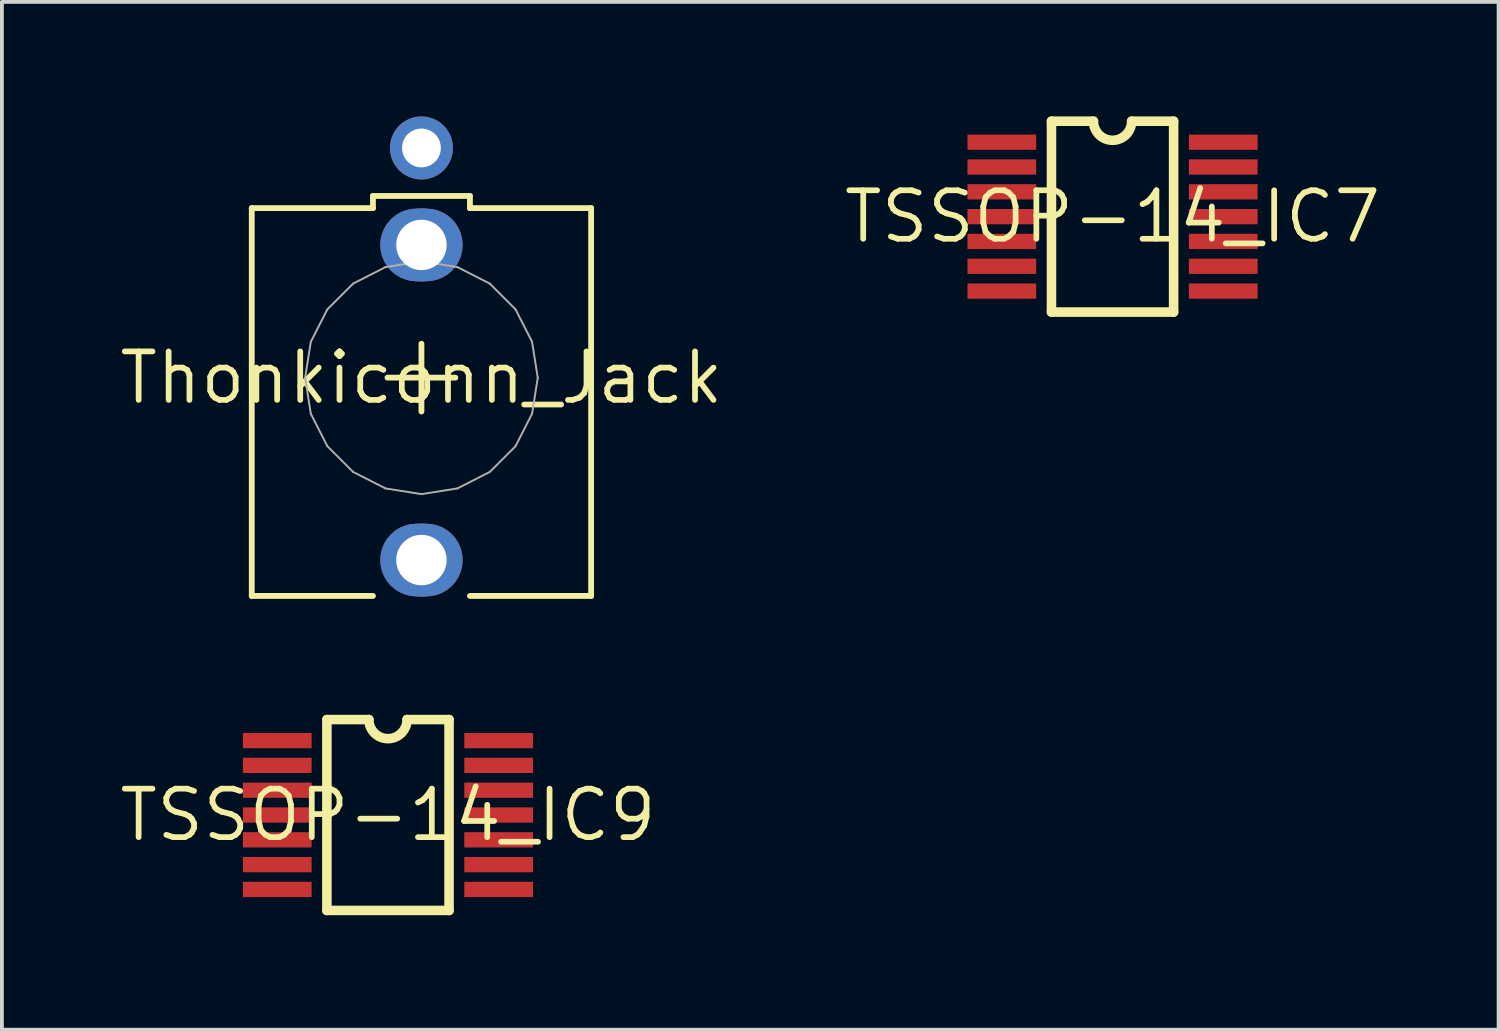
<source format=kicad_pcb>
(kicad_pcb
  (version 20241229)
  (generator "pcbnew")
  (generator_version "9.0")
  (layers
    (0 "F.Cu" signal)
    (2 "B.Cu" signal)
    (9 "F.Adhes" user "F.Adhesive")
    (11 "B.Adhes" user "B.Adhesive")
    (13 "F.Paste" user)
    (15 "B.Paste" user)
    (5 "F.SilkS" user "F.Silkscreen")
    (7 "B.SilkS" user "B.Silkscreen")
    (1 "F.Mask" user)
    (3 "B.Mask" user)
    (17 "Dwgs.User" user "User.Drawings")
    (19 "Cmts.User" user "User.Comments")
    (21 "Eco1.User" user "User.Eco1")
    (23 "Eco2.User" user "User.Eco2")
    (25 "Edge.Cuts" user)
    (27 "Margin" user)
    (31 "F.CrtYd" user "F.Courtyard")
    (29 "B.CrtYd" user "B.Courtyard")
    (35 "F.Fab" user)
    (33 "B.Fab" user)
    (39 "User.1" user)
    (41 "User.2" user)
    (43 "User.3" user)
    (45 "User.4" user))
  (footprint "TSSOP-14_IC7"
    (layer "F.Cu")
    (at 26.094 2.625)
    (property "Reference" "TSSOP-14_IC7" (at 0 0 0) (layer "F.SilkS") (effects (font (size 1.27 1.27) (thickness 0.15))))
    (fp_line (start -1.6 -2.5) (end -1.6 2.5) (stroke (width 0.25) (type solid)) (layer "F.SilkS"))
    (fp_line (start -1.6 -2.5) (end -0.5 -2.5) (stroke (width 0.25) (type solid)) (layer "F.SilkS"))
    (fp_line (start -1.6 2.5) (end 1.6 2.5) (stroke (width 0.25) (type solid)) (layer "F.SilkS"))
    (fp_line (start 0.5 -2.5) (end 1.6 -2.5) (stroke (width 0.25) (type solid)) (layer "F.SilkS"))
    (fp_line (start 1.6 -2.5) (end 1.6 2.5) (stroke (width 0.25) (type solid)) (layer "F.SilkS"))
    (fp_arc (start 0.5 -2.499999) (mid 0 -2.000076) (end -0.5 -2.5) (stroke (width 0.25) (type solid)) (layer "F.SilkS"))
    (pad "1" smd rect (at -2.9 -1.95 90) (size 0.4 1.8) (layers "F.Cu" "F.Mask" "F.Paste"))
    (pad "2" smd rect (at -2.9 -1.3 90) (size 0.4 1.8) (layers "F.Cu" "F.Mask" "F.Paste"))
    (pad "3" smd rect (at -2.9 -0.65 90) (size 0.4 1.8) (layers "F.Cu" "F.Mask" "F.Paste"))
    (pad "4" smd rect (at -2.9 0 90) (size 0.4 1.8) (layers "F.Cu" "F.Mask" "F.Paste"))
    (pad "5" smd rect (at -2.9 0.65 90) (size 0.4 1.8) (layers "F.Cu" "F.Mask" "F.Paste"))
    (pad "6" smd rect (at -2.9 1.3 90) (size 0.4 1.8) (layers "F.Cu" "F.Mask" "F.Paste"))
    (pad "7" smd rect (at -2.9 1.95 90) (size 0.4 1.8) (layers "F.Cu" "F.Mask" "F.Paste"))
    (pad "8" smd rect (at 2.9 1.95 90) (size 0.4 1.8) (layers "F.Cu" "F.Mask" "F.Paste"))
    (pad "9" smd rect (at 2.9 1.3 90) (size 0.4 1.8) (layers "F.Cu" "F.Mask" "F.Paste"))
    (pad "10" smd rect (at 2.9 0.65 90) (size 0.4 1.8) (layers "F.Cu" "F.Mask" "F.Paste"))
    (pad "11" smd rect (at 2.9 0 90) (size 0.4 1.8) (layers "F.Cu" "F.Mask" "F.Paste"))
    (pad "12" smd rect (at 2.9 -0.65 90) (size 0.4 1.8) (layers "F.Cu" "F.Mask" "F.Paste"))
    (pad "13" smd rect (at 2.9 -1.3 90) (size 0.4 1.8) (layers "F.Cu" "F.Mask" "F.Paste"))
    (pad "14" smd rect (at 2.9 -1.95 90) (size 0.4 1.8) (layers "F.Cu" "F.Mask" "F.Paste")))
  (footprint "Thonkiconn_Jack"
    (layer "F.Cu")
    (at 7.99 6.846)
    (property "Reference" "Thonkiconn_Jack" (at 0 0 0) (layer "F.SilkS") (effects (font (size 1.27 1.27) (thickness 0.15))))
    (fp_poly (pts (xy 0.276 -4.421) (xy 0.421 -4.386) (xy 0.559 -4.329) (xy 0.687 -4.251) (xy 0.801 -4.154) (xy 0.898 -4.04) (xy 0.976 -3.912) (xy 1.033 -3.774) (xy 1.068 -3.629) (xy 1.079 -3.48) (xy 1.068 -3.331) (xy 1.033 -3.186) (xy 0.976 -3.048) (xy 0.898 -2.92) (xy 0.801 -2.806) (xy 0.687 -2.709) (xy 0.559 -2.631) (xy 0.421 -2.574) (xy 0.276 -2.539) (xy 0.127 -2.527) (xy -0.127 -2.527) (xy -0.276 -2.539) (xy -0.421 -2.574) (xy -0.559 -2.631) (xy -0.687 -2.709) (xy -0.801 -2.806) (xy -0.898 -2.92) (xy -0.976 -3.048) (xy -1.033 -3.186) (xy -1.068 -3.331) (xy -1.079 -3.48) (xy -1.068 -3.629) (xy -1.033 -3.774) (xy -0.976 -3.912) (xy -0.898 -4.04) (xy -0.801 -4.154) (xy -0.687 -4.251) (xy -0.559 -4.329) (xy -0.421 -4.386) (xy -0.276 -4.421) (xy -0.127 -4.432) (xy 0.127 -4.432)) (stroke (width 0) (type default)) (fill yes) (layer "F.Cu"))
    (fp_poly (pts (xy 0.276 3.834) (xy 0.421 3.869) (xy 0.559 3.926) (xy 0.687 4.004) (xy 0.801 4.101) (xy 0.898 4.215) (xy 0.976 4.343) (xy 1.033 4.481) (xy 1.068 4.626) (xy 1.079 4.775) (xy 1.068 4.924) (xy 1.033 5.069) (xy 0.976 5.207) (xy 0.898 5.335) (xy 0.801 5.449) (xy 0.687 5.546) (xy 0.559 5.624) (xy 0.421 5.681) (xy 0.276 5.716) (xy 0.127 5.728) (xy -0.127 5.728) (xy -0.276 5.716) (xy -0.421 5.681) (xy -0.559 5.624) (xy -0.687 5.546) (xy -0.801 5.449) (xy -0.898 5.335) (xy -0.976 5.207) (xy -1.033 5.069) (xy -1.068 4.924) (xy -1.079 4.775) (xy -1.068 4.626) (xy -1.033 4.481) (xy -0.976 4.343) (xy -0.898 4.215) (xy -0.801 4.101) (xy -0.687 4.004) (xy -0.559 3.926) (xy -0.421 3.869) (xy -0.276 3.834) (xy -0.127 3.823) (xy 0.127 3.823)) (stroke (width 0) (type default)) (fill yes) (layer "F.Cu"))
    (fp_poly (pts (xy 0.292 -4.522) (xy 0.453 -4.483) (xy 0.606 -4.42) (xy 0.748 -4.334) (xy 0.873 -4.226) (xy 0.981 -4.1) (xy 1.067 -3.958) (xy 1.131 -3.806) (xy 1.169 -3.645) (xy 1.182 -3.48) (xy 1.169 -3.315) (xy 1.131 -3.154) (xy 1.067 -3.001) (xy 0.981 -2.859) (xy 0.873 -2.733) (xy 0.748 -2.626) (xy 0.606 -2.54) (xy 0.453 -2.476) (xy 0.292 -2.438) (xy 0.127 -2.425) (xy -0.127 -2.425) (xy -0.292 -2.438) (xy -0.453 -2.476) (xy -0.606 -2.54) (xy -0.748 -2.626) (xy -0.873 -2.733) (xy -0.981 -2.859) (xy -1.067 -3.001) (xy -1.131 -3.154) (xy -1.169 -3.315) (xy -1.182 -3.48) (xy -1.169 -3.645) (xy -1.131 -3.806) (xy -1.067 -3.958) (xy -0.981 -4.1) (xy -0.873 -4.226) (xy -0.748 -4.334) (xy -0.606 -4.42) (xy -0.453 -4.483) (xy -0.292 -4.522) (xy -0.127 -4.535) (xy 0.127 -4.535)) (stroke (width 0) (type default)) (fill yes) (layer "F.Mask"))
    (fp_poly (pts (xy 0.292 3.733) (xy 0.453 3.772) (xy 0.606 3.835) (xy 0.748 3.921) (xy 0.873 4.029) (xy 0.981 4.155) (xy 1.067 4.297) (xy 1.131 4.449) (xy 1.169 4.61) (xy 1.182 4.775) (xy 1.169 4.94) (xy 1.131 5.101) (xy 1.067 5.254) (xy 0.981 5.396) (xy 0.873 5.522) (xy 0.748 5.629) (xy 0.606 5.715) (xy 0.453 5.779) (xy 0.292 5.817) (xy 0.127 5.83) (xy -0.127 5.83) (xy -0.292 5.817) (xy -0.453 5.779) (xy -0.606 5.715) (xy -0.748 5.629) (xy -0.873 5.522) (xy -0.981 5.396) (xy -1.067 5.254) (xy -1.131 5.101) (xy -1.169 4.94) (xy -1.182 4.775) (xy -1.169 4.61) (xy -1.131 4.449) (xy -1.067 4.297) (xy -0.981 4.155) (xy -0.873 4.029) (xy -0.748 3.921) (xy -0.606 3.835) (xy -0.453 3.772) (xy -0.292 3.733) (xy -0.127 3.72) (xy 0.127 3.72)) (stroke (width 0) (type default)) (fill yes) (layer "F.Mask"))
    (fp_poly (pts (xy 0.276 -4.421) (xy 0.421 -4.386) (xy 0.559 -4.329) (xy 0.687 -4.251) (xy 0.801 -4.154) (xy 0.898 -4.04) (xy 0.976 -3.912) (xy 1.033 -3.774) (xy 1.068 -3.629) (xy 1.079 -3.48) (xy 1.068 -3.331) (xy 1.033 -3.186) (xy 0.976 -3.048) (xy 0.898 -2.92) (xy 0.801 -2.806) (xy 0.687 -2.709) (xy 0.559 -2.631) (xy 0.421 -2.574) (xy 0.276 -2.539) (xy 0.127 -2.527) (xy -0.127 -2.527) (xy -0.276 -2.539) (xy -0.421 -2.574) (xy -0.559 -2.631) (xy -0.687 -2.709) (xy -0.801 -2.806) (xy -0.898 -2.92) (xy -0.976 -3.048) (xy -1.033 -3.186) (xy -1.068 -3.331) (xy -1.079 -3.48) (xy -1.068 -3.629) (xy -1.033 -3.774) (xy -0.976 -3.912) (xy -0.898 -4.04) (xy -0.801 -4.154) (xy -0.687 -4.251) (xy -0.559 -4.329) (xy -0.421 -4.386) (xy -0.276 -4.421) (xy -0.127 -4.432) (xy 0.127 -4.432)) (stroke (width 0) (type default)) (fill yes) (layer "B.Cu"))
    (fp_poly (pts (xy 0.276 3.834) (xy 0.421 3.869) (xy 0.559 3.926) (xy 0.687 4.004) (xy 0.801 4.101) (xy 0.898 4.215) (xy 0.976 4.343) (xy 1.033 4.481) (xy 1.068 4.626) (xy 1.079 4.775) (xy 1.068 4.924) (xy 1.033 5.069) (xy 0.976 5.207) (xy 0.898 5.335) (xy 0.801 5.449) (xy 0.687 5.546) (xy 0.559 5.624) (xy 0.421 5.681) (xy 0.276 5.716) (xy 0.127 5.728) (xy -0.127 5.728) (xy -0.276 5.716) (xy -0.421 5.681) (xy -0.559 5.624) (xy -0.687 5.546) (xy -0.801 5.449) (xy -0.898 5.335) (xy -0.976 5.207) (xy -1.033 5.069) (xy -1.068 4.924) (xy -1.079 4.775) (xy -1.068 4.626) (xy -1.033 4.481) (xy -0.976 4.343) (xy -0.898 4.215) (xy -0.801 4.101) (xy -0.687 4.004) (xy -0.559 3.926) (xy -0.421 3.869) (xy -0.276 3.834) (xy -0.127 3.823) (xy 0.127 3.823)) (stroke (width 0) (type default)) (fill yes) (layer "B.Cu"))
    (fp_poly (pts (xy 0.292 -4.522) (xy 0.453 -4.483) (xy 0.606 -4.42) (xy 0.748 -4.334) (xy 0.873 -4.226) (xy 0.981 -4.1) (xy 1.067 -3.958) (xy 1.131 -3.806) (xy 1.169 -3.645) (xy 1.182 -3.48) (xy 1.169 -3.315) (xy 1.131 -3.154) (xy 1.067 -3.001) (xy 0.981 -2.859) (xy 0.873 -2.733) (xy 0.748 -2.626) (xy 0.606 -2.54) (xy 0.453 -2.476) (xy 0.292 -2.438) (xy 0.127 -2.425) (xy -0.127 -2.425) (xy -0.292 -2.438) (xy -0.453 -2.476) (xy -0.606 -2.54) (xy -0.748 -2.626) (xy -0.873 -2.733) (xy -0.981 -2.859) (xy -1.067 -3.001) (xy -1.131 -3.154) (xy -1.169 -3.315) (xy -1.182 -3.48) (xy -1.169 -3.645) (xy -1.131 -3.806) (xy -1.067 -3.958) (xy -0.981 -4.1) (xy -0.873 -4.226) (xy -0.748 -4.334) (xy -0.606 -4.42) (xy -0.453 -4.483) (xy -0.292 -4.522) (xy -0.127 -4.535) (xy 0.127 -4.535)) (stroke (width 0) (type default)) (fill yes) (layer "B.Mask"))
    (fp_poly (pts (xy 0.292 3.733) (xy 0.453 3.772) (xy 0.606 3.835) (xy 0.748 3.921) (xy 0.873 4.029) (xy 0.981 4.155) (xy 1.067 4.297) (xy 1.131 4.449) (xy 1.169 4.61) (xy 1.182 4.775) (xy 1.169 4.94) (xy 1.131 5.101) (xy 1.067 5.254) (xy 0.981 5.396) (xy 0.873 5.522) (xy 0.748 5.629) (xy 0.606 5.715) (xy 0.453 5.779) (xy 0.292 5.817) (xy 0.127 5.83) (xy -0.127 5.83) (xy -0.292 5.817) (xy -0.453 5.779) (xy -0.606 5.715) (xy -0.748 5.629) (xy -0.873 5.522) (xy -0.981 5.396) (xy -1.067 5.254) (xy -1.131 5.101) (xy -1.169 4.94) (xy -1.182 4.775) (xy -1.169 4.61) (xy -1.131 4.449) (xy -1.067 4.297) (xy -0.981 4.155) (xy -0.873 4.029) (xy -0.748 3.921) (xy -0.606 3.835) (xy -0.453 3.772) (xy -0.292 3.733) (xy -0.127 3.72) (xy 0.127 3.72)) (stroke (width 0) (type default)) (fill yes) (layer "B.Mask"))
    (fp_line (start -4.445 -4.445) (end -4.445 5.715) (stroke (width 0.152) (type solid)) (layer "F.SilkS"))
    (fp_line (start -1.27 -4.762) (end 1.27 -4.762) (stroke (width 0.152) (type solid)) (layer "F.SilkS"))
    (fp_line (start -1.27 -4.445) (end -4.445 -4.445) (stroke (width 0.152) (type solid)) (layer "F.SilkS"))
    (fp_line (start -1.27 -4.445) (end -1.27 -4.762) (stroke (width 0.152) (type solid)) (layer "F.SilkS"))
    (fp_line (start -1.27 5.715) (end -4.445 5.715) (stroke (width 0.152) (type solid)) (layer "F.SilkS"))
    (fp_line (start -0.89 -0.003) (end 0.889 -0.003) (stroke (width 0.152) (type solid)) (layer "F.SilkS"))
    (fp_line (start 0 0.885) (end 0 -0.892) (stroke (width 0.152) (type solid)) (layer "F.SilkS"))
    (fp_line (start 1.27 -4.762) (end 1.27 -4.445) (stroke (width 0.152) (type solid)) (layer "F.SilkS"))
    (fp_line (start 1.27 -4.445) (end 4.445 -4.445) (stroke (width 0.152) (type solid)) (layer "F.SilkS"))
    (fp_line (start 1.27 5.715) (end 4.445 5.715) (stroke (width 0.152) (type solid)) (layer "F.SilkS"))
    (fp_line (start 4.445 5.715) (end 4.445 -4.445) (stroke (width 0.152) (type solid)) (layer "F.SilkS"))
    (fp_line (start -3.047 0) (end -2.898 0.942) (stroke (width 0.051) (type solid)) (layer "F.Fab"))
    (fp_line (start -2.898 -0.942) (end -3.047 0) (stroke (width 0.051) (type solid)) (layer "F.Fab"))
    (fp_line (start -2.898 0.942) (end -2.465 1.792) (stroke (width 0.051) (type solid)) (layer "F.Fab"))
    (fp_line (start -2.465 -1.792) (end -2.898 -0.942) (stroke (width 0.051) (type solid)) (layer "F.Fab"))
    (fp_line (start -2.465 1.792) (end -1.791 2.466) (stroke (width 0.051) (type solid)) (layer "F.Fab"))
    (fp_line (start -1.791 -2.466) (end -2.465 -1.792) (stroke (width 0.051) (type solid)) (layer "F.Fab"))
    (fp_line (start -1.791 2.466) (end -0.942 2.899) (stroke (width 0.051) (type solid)) (layer "F.Fab"))
    (fp_line (start -0.942 -2.899) (end -1.791 -2.466) (stroke (width 0.051) (type solid)) (layer "F.Fab"))
    (fp_line (start -0.942 2.899) (end 0 3.048) (stroke (width 0.051) (type solid)) (layer "F.Fab"))
    (fp_line (start 0 -3.048) (end -0.942 -2.899) (stroke (width 0.051) (type solid)) (layer "F.Fab"))
    (fp_line (start 0 3.048) (end 0.942 2.899) (stroke (width 0.051) (type solid)) (layer "F.Fab"))
    (fp_line (start 0.942 -2.899) (end 0 -3.048) (stroke (width 0.051) (type solid)) (layer "F.Fab"))
    (fp_line (start 0.942 2.899) (end 1.791 2.466) (stroke (width 0.051) (type solid)) (layer "F.Fab"))
    (fp_line (start 1.791 -2.466) (end 0.942 -2.899) (stroke (width 0.051) (type solid)) (layer "F.Fab"))
    (fp_line (start 1.791 2.466) (end 2.465 1.792) (stroke (width 0.051) (type solid)) (layer "F.Fab"))
    (fp_line (start 2.465 -1.792) (end 1.791 -2.466) (stroke (width 0.051) (type solid)) (layer "F.Fab"))
    (fp_line (start 2.465 1.792) (end 2.898 0.942) (stroke (width 0.051) (type solid)) (layer "F.Fab"))
    (fp_line (start 2.898 -0.942) (end 2.465 -1.792) (stroke (width 0.051) (type solid)) (layer "F.Fab"))
    (fp_line (start 2.898 0.942) (end 3.047 0) (stroke (width 0.051) (type solid)) (layer "F.Fab"))
    (fp_line (start 3.047 0) (end 2.898 -0.942) (stroke (width 0.051) (type solid)) (layer "F.Fab"))
    (pad "1" thru_hole circle (at 0 -3.48) (size 1.905 1.905) (drill 1.321) (layers "*.Cu"))
    (pad "2" thru_hole circle (at 0 4.775) (size 1.905 1.905) (drill 1.321) (layers "*.Cu"))
    (pad "3" thru_hole circle (at 0 -6.02) (size 1.651 1.651) (drill 1.016) (layers "*.Cu" "*.Mask"))
    (zone (net_name "") (layer "F.Cu") (hatch edge 0.5) (connect_pads) (min_thickness 0.25) (filled_areas_thickness no) (keepout (tracks not_allowed) (vias not_allowed) (pads not_allowed) (copperpour not_allowed) (footprints allowed)) (placement (enabled no)) (fill) (polygon (pts (xy 9.232 6.845) (xy 9.212 6.623) (xy 9.153 6.408) (xy 9.056 6.207) (xy 8.925 6.027) (xy 8.765 5.873) (xy 8.579 5.751) (xy 8.374 5.663) (xy 8.157 5.614) (xy 7.934 5.604) (xy 7.714 5.634) (xy 7.502 5.702) (xy 7.306 5.808) (xy 7.132 5.947) (xy 6.985 6.114) (xy 6.871 6.306) (xy 6.793 6.514) (xy 6.753 6.733) (xy 6.753 6.956) (xy 6.793 7.175) (xy 6.871 7.383) (xy 6.985 7.575) (xy 7.132 7.742) (xy 7.306 7.881) (xy 7.502 7.987) (xy 7.714 8.055) (xy 7.934 8.085) (xy 8.157 8.075) (xy 8.374 8.026) (xy 8.579 7.938) (xy 8.765 7.816) (xy 8.925 7.662) (xy 9.056 7.482) (xy 9.153 7.281) (xy 9.212 7.066))) (polygon (pts (xy 8.982 6.845) (xy 8.962 6.645) (xy 8.902 6.453) (xy 8.804 6.278) (xy 8.674 6.126) (xy 8.515 6.003) (xy 8.335 5.914) (xy 8.14 5.864) (xy 7.94 5.854) (xy 7.741 5.884) (xy 7.553 5.954) (xy 7.383 6.06) (xy 7.237 6.198) (xy 7.123 6.363) (xy 7.044 6.548) (xy 7.003 6.744) (xy 7.003 6.945) (xy 7.044 7.141) (xy 7.123 7.326) (xy 7.237 7.491) (xy 7.383 7.629) (xy 7.553 7.735) (xy 7.741 7.805) (xy 7.94 7.835) (xy 8.14 7.825) (xy 8.335 7.775) (xy 8.515 7.686) (xy 8.674 7.563) (xy 8.804 7.411) (xy 8.902 7.236) (xy 8.962 7.044)))))
  (footprint "TSSOP-14_IC9"
    (layer "F.Cu")
    (at 7.113 18.3)
    (property "Reference" "TSSOP-14_IC9" (at 0 0 0) (layer "F.SilkS") (effects (font (size 1.27 1.27) (thickness 0.15))))
    (fp_line (start -1.6 -2.5) (end -1.6 2.5) (stroke (width 0.25) (type solid)) (layer "F.SilkS"))
    (fp_line (start -1.6 -2.5) (end -0.5 -2.5) (stroke (width 0.25) (type solid)) (layer "F.SilkS"))
    (fp_line (start -1.6 2.5) (end 1.6 2.5) (stroke (width 0.25) (type solid)) (layer "F.SilkS"))
    (fp_line (start 0.5 -2.5) (end 1.6 -2.5) (stroke (width 0.25) (type solid)) (layer "F.SilkS"))
    (fp_line (start 1.6 -2.5) (end 1.6 2.5) (stroke (width 0.25) (type solid)) (layer "F.SilkS"))
    (fp_arc (start 0.5 -2.499999) (mid 0 -2.000076) (end -0.5 -2.5) (stroke (width 0.25) (type solid)) (layer "F.SilkS"))
    (pad "1" smd rect (at -2.9 -1.95 90) (size 0.4 1.8) (layers "F.Cu" "F.Mask" "F.Paste"))
    (pad "2" smd rect (at -2.9 -1.3 90) (size 0.4 1.8) (layers "F.Cu" "F.Mask" "F.Paste"))
    (pad "3" smd rect (at -2.9 -0.65 90) (size 0.4 1.8) (layers "F.Cu" "F.Mask" "F.Paste"))
    (pad "4" smd rect (at -2.9 0 90) (size 0.4 1.8) (layers "F.Cu" "F.Mask" "F.Paste"))
    (pad "5" smd rect (at -2.9 0.65 90) (size 0.4 1.8) (layers "F.Cu" "F.Mask" "F.Paste"))
    (pad "6" smd rect (at -2.9 1.3 90) (size 0.4 1.8) (layers "F.Cu" "F.Mask" "F.Paste"))
    (pad "7" smd rect (at -2.9 1.95 90) (size 0.4 1.8) (layers "F.Cu" "F.Mask" "F.Paste"))
    (pad "8" smd rect (at 2.9 1.95 90) (size 0.4 1.8) (layers "F.Cu" "F.Mask" "F.Paste"))
    (pad "9" smd rect (at 2.9 1.3 90) (size 0.4 1.8) (layers "F.Cu" "F.Mask" "F.Paste"))
    (pad "10" smd rect (at 2.9 0.65 90) (size 0.4 1.8) (layers "F.Cu" "F.Mask" "F.Paste"))
    (pad "11" smd rect (at 2.9 0 90) (size 0.4 1.8) (layers "F.Cu" "F.Mask" "F.Paste"))
    (pad "12" smd rect (at 2.9 -0.65 90) (size 0.4 1.8) (layers "F.Cu" "F.Mask" "F.Paste"))
    (pad "13" smd rect (at 2.9 -1.3 90) (size 0.4 1.8) (layers "F.Cu" "F.Mask" "F.Paste"))
    (pad "14" smd rect (at 2.9 -1.95 90) (size 0.4 1.8) (layers "F.Cu" "F.Mask" "F.Paste")))
  (gr_rect
    (start -3 -3)
    (end 36.207 23.925)
    (stroke (width 0.1) (type default))
    (fill no)
    (layer "Edge.Cuts")))
</source>
